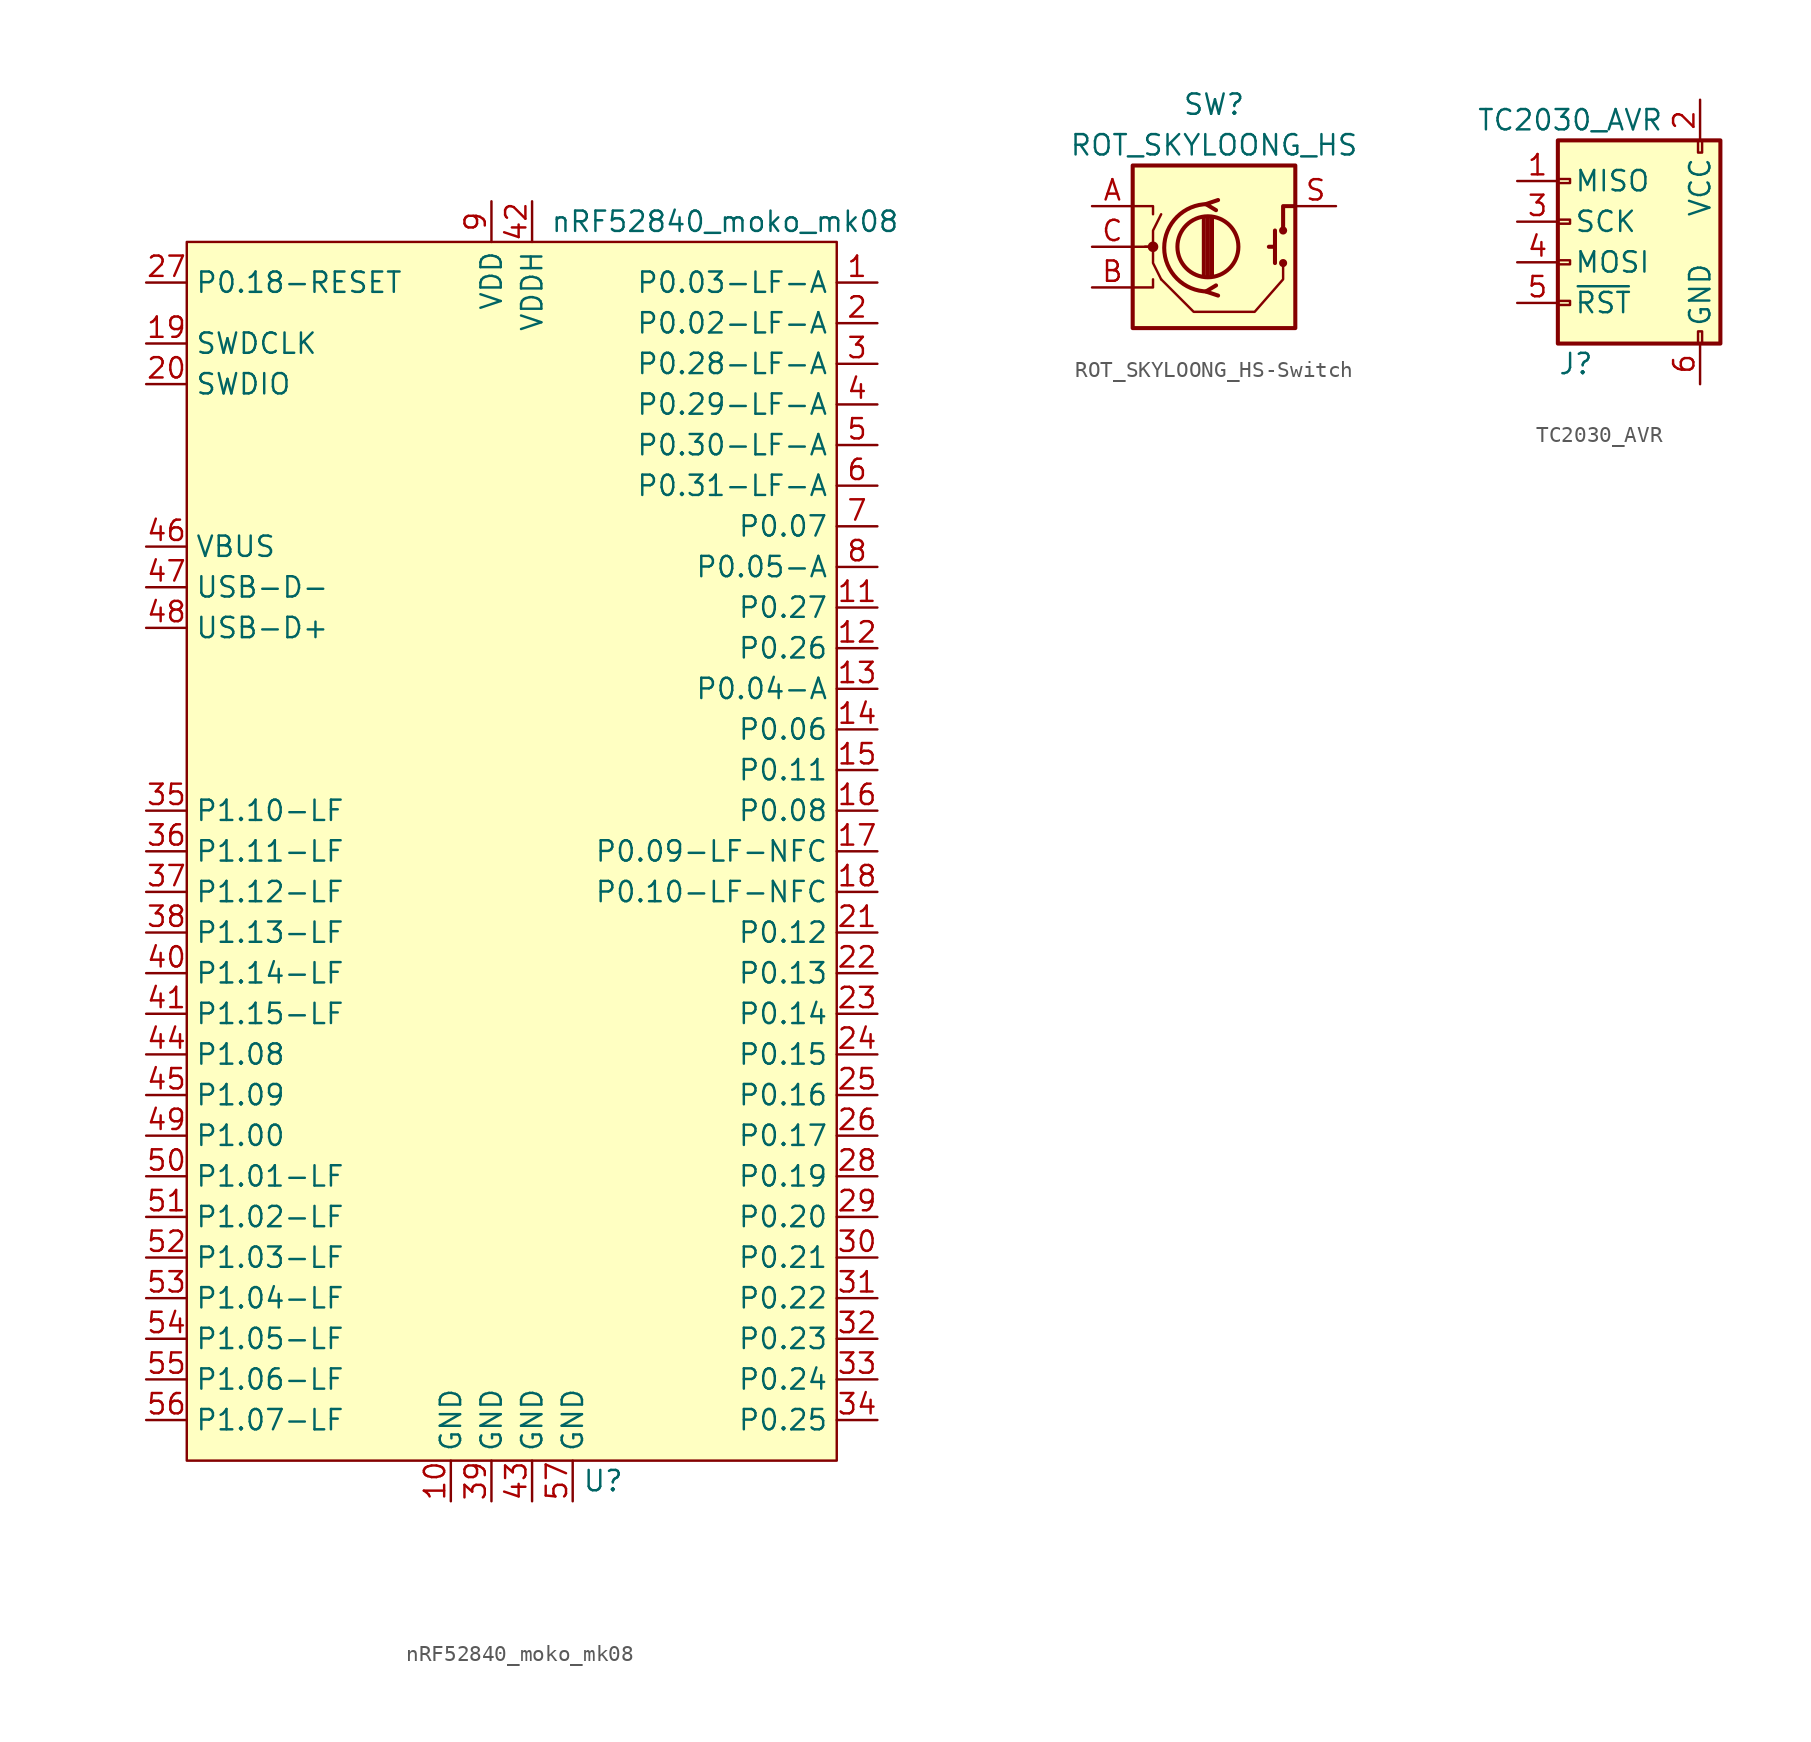
<source format=kicad_sym>
(kicad_symbol_lib
  (version 20220914)
  (generator kicad_symbol_editor)
  (symbol "nRF52840_moko_mk08"
    (property "Reference" "U"
      (at 5.715 -39.37 0)
      (effects (font (size 1.27 1.27))))
    (property "Value" "nRF52840_moko_mk08"
      (at 13.335 39.37 0)
      (effects (font (size 1.27 1.27))))
    (symbol "nRF52840_moko_mk08_0_0"
      (pin bidirectional line (at 22.86 35.56 180) (length 2.54) (name "P0.03-LF-A" (effects (font (size 1.27 1.27)))) (number "1" (effects (font (size 1.27 1.27)))))
      (pin power_in line (at -3.81 -40.64 90) (length 2.54) (name "GND" (effects (font (size 1.27 1.27)))) (number "10" (effects (font (size 1.27 1.27)))))
      (pin bidirectional line (at 22.86 15.24 180) (length 2.54) (name "P0.27" (effects (font (size 1.27 1.27)))) (number "11" (effects (font (size 1.27 1.27)))))
      (pin bidirectional line (at 22.86 12.7 180) (length 2.54) (name "P0.26" (effects (font (size 1.27 1.27)))) (number "12" (effects (font (size 1.27 1.27)))))
      (pin bidirectional line (at 22.86 10.16 180) (length 2.54) (name "P0.04-A" (effects (font (size 1.27 1.27)))) (number "13" (effects (font (size 1.27 1.27)))))
      (pin bidirectional line (at 22.86 7.62 180) (length 2.54) (name "P0.06" (effects (font (size 1.27 1.27)))) (number "14" (effects (font (size 1.27 1.27)))))
      (pin bidirectional line (at 22.86 5.08 180) (length 2.54) (name "P0.11" (effects (font (size 1.27 1.27)))) (number "15" (effects (font (size 1.27 1.27)))))
      (pin bidirectional line (at 22.86 2.54 180) (length 2.54) (name "P0.08" (effects (font (size 1.27 1.27)))) (number "16" (effects (font (size 1.27 1.27)))))
      (pin bidirectional line (at 22.86 0 180) (length 2.54) (name "P0.09-LF-NFC" (effects (font (size 1.27 1.27)))) (number "17" (effects (font (size 1.27 1.27)))))
      (pin bidirectional line (at 22.86 -2.54 180) (length 2.54) (name "P0.10-LF-NFC" (effects (font (size 1.27 1.27)))) (number "18" (effects (font (size 1.27 1.27)))))
      (pin bidirectional line (at -22.86 31.75 0) (length 2.54) (name "SWDCLK" (effects (font (size 1.27 1.27)))) (number "19" (effects (font (size 1.27 1.27)))))
      (pin bidirectional line (at 22.86 33.02 180) (length 2.54) (name "P0.02-LF-A" (effects (font (size 1.27 1.27)))) (number "2" (effects (font (size 1.27 1.27)))))
      (pin bidirectional line (at -22.86 29.21 0) (length 2.54) (name "SWDIO" (effects (font (size 1.27 1.27)))) (number "20" (effects (font (size 1.27 1.27)))))
      (pin bidirectional line (at 22.86 -5.08 180) (length 2.54) (name "P0.12" (effects (font (size 1.27 1.27)))) (number "21" (effects (font (size 1.27 1.27)))))
      (pin bidirectional line (at 22.86 -7.62 180) (length 2.54) (name "P0.13" (effects (font (size 1.27 1.27)))) (number "22" (effects (font (size 1.27 1.27)))))
      (pin bidirectional line (at 22.86 -10.16 180) (length 2.54) (name "P0.14" (effects (font (size 1.27 1.27)))) (number "23" (effects (font (size 1.27 1.27)))))
      (pin bidirectional line (at 22.86 -12.7 180) (length 2.54) (name "P0.15" (effects (font (size 1.27 1.27)))) (number "24" (effects (font (size 1.27 1.27)))))
      (pin bidirectional line (at 22.86 -15.24 180) (length 2.54) (name "P0.16" (effects (font (size 1.27 1.27)))) (number "25" (effects (font (size 1.27 1.27)))))
      (pin bidirectional line (at 22.86 -17.78 180) (length 2.54) (name "P0.17" (effects (font (size 1.27 1.27)))) (number "26" (effects (font (size 1.27 1.27)))))
      (pin input line (at -22.86 35.56 0) (length 2.54) (name "P0.18-RESET" (effects (font (size 1.27 1.27)))) (number "27" (effects (font (size 1.27 1.27)))))
      (pin bidirectional line (at 22.86 -20.32 180) (length 2.54) (name "P0.19" (effects (font (size 1.27 1.27)))) (number "28" (effects (font (size 1.27 1.27)))))
      (pin bidirectional line (at 22.86 -22.86 180) (length 2.54) (name "P0.20" (effects (font (size 1.27 1.27)))) (number "29" (effects (font (size 1.27 1.27)))))
      (pin bidirectional line (at 22.86 30.48 180) (length 2.54) (name "P0.28-LF-A" (effects (font (size 1.27 1.27)))) (number "3" (effects (font (size 1.27 1.27)))))
      (pin bidirectional line (at 22.86 -25.4 180) (length 2.54) (name "P0.21" (effects (font (size 1.27 1.27)))) (number "30" (effects (font (size 1.27 1.27)))))
      (pin bidirectional line (at 22.86 -27.94 180) (length 2.54) (name "P0.22" (effects (font (size 1.27 1.27)))) (number "31" (effects (font (size 1.27 1.27)))))
      (pin bidirectional line (at 22.86 -30.48 180) (length 2.54) (name "P0.23" (effects (font (size 1.27 1.27)))) (number "32" (effects (font (size 1.27 1.27)))))
      (pin bidirectional line (at 22.86 -33.02 180) (length 2.54) (name "P0.24" (effects (font (size 1.27 1.27)))) (number "33" (effects (font (size 1.27 1.27)))))
      (pin bidirectional line (at 22.86 -35.56 180) (length 2.54) (name "P0.25" (effects (font (size 1.27 1.27)))) (number "34" (effects (font (size 1.27 1.27)))))
      (pin bidirectional line (at -22.86 2.54 0) (length 2.54) (name "P1.10-LF" (effects (font (size 1.27 1.27)))) (number "35" (effects (font (size 1.27 1.27)))))
      (pin bidirectional line (at -22.86 0 0) (length 2.54) (name "P1.11-LF" (effects (font (size 1.27 1.27)))) (number "36" (effects (font (size 1.27 1.27)))))
      (pin bidirectional line (at -22.86 -2.54 0) (length 2.54) (name "P1.12-LF" (effects (font (size 1.27 1.27)))) (number "37" (effects (font (size 1.27 1.27)))))
      (pin bidirectional line (at -22.86 -5.08 0) (length 2.54) (name "P1.13-LF" (effects (font (size 1.27 1.27)))) (number "38" (effects (font (size 1.27 1.27)))))
      (pin power_in line (at -1.27 -40.64 90) (length 2.54) (name "GND" (effects (font (size 1.27 1.27)))) (number "39" (effects (font (size 1.27 1.27)))))
      (pin bidirectional line (at 22.86 27.94 180) (length 2.54) (name "P0.29-LF-A" (effects (font (size 1.27 1.27)))) (number "4" (effects (font (size 1.27 1.27)))))
      (pin bidirectional line (at -22.86 -7.62 0) (length 2.54) (name "P1.14-LF" (effects (font (size 1.27 1.27)))) (number "40" (effects (font (size 1.27 1.27)))))
      (pin bidirectional line (at -22.86 -10.16 0) (length 2.54) (name "P1.15-LF" (effects (font (size 1.27 1.27)))) (number "41" (effects (font (size 1.27 1.27)))))
      (pin power_in line (at 1.27 40.64 270) (length 2.54) (name "VDDH" (effects (font (size 1.27 1.27)))) (number "42" (effects (font (size 1.27 1.27)))))
      (pin power_in line (at 1.27 -40.64 90) (length 2.54) (name "GND" (effects (font (size 1.27 1.27)))) (number "43" (effects (font (size 1.27 1.27)))))
      (pin bidirectional line (at -22.86 -12.7 0) (length 2.54) (name "P1.08" (effects (font (size 1.27 1.27)))) (number "44" (effects (font (size 1.27 1.27)))))
      (pin bidirectional line (at -22.86 -15.24 0) (length 2.54) (name "P1.09" (effects (font (size 1.27 1.27)))) (number "45" (effects (font (size 1.27 1.27)))))
      (pin power_in line (at -22.86 19.05 0) (length 2.54) (name "VBUS" (effects (font (size 1.27 1.27)))) (number "46" (effects (font (size 1.27 1.27)))))
      (pin bidirectional line (at -22.86 16.51 0) (length 2.54) (name "USB-D-" (effects (font (size 1.27 1.27)))) (number "47" (effects (font (size 1.27 1.27)))))
      (pin bidirectional line (at -22.86 13.97 0) (length 2.54) (name "USB-D+" (effects (font (size 1.27 1.27)))) (number "48" (effects (font (size 1.27 1.27)))))
      (pin bidirectional line (at -22.86 -17.78 0) (length 2.54) (name "P1.00" (effects (font (size 1.27 1.27)))) (number "49" (effects (font (size 1.27 1.27)))))
      (pin bidirectional line (at 22.86 25.4 180) (length 2.54) (name "P0.30-LF-A" (effects (font (size 1.27 1.27)))) (number "5" (effects (font (size 1.27 1.27)))))
      (pin bidirectional line (at -22.86 -20.32 0) (length 2.54) (name "P1.01-LF" (effects (font (size 1.27 1.27)))) (number "50" (effects (font (size 1.27 1.27)))))
      (pin bidirectional line (at -22.86 -22.86 0) (length 2.54) (name "P1.02-LF" (effects (font (size 1.27 1.27)))) (number "51" (effects (font (size 1.27 1.27)))))
      (pin bidirectional line (at -22.86 -25.4 0) (length 2.54) (name "P1.03-LF" (effects (font (size 1.27 1.27)))) (number "52" (effects (font (size 1.27 1.27)))))
      (pin bidirectional line (at -22.86 -27.94 0) (length 2.54) (name "P1.04-LF" (effects (font (size 1.27 1.27)))) (number "53" (effects (font (size 1.27 1.27)))))
      (pin bidirectional line (at -22.86 -30.48 0) (length 2.54) (name "P1.05-LF" (effects (font (size 1.27 1.27)))) (number "54" (effects (font (size 1.27 1.27)))))
      (pin bidirectional line (at -22.86 -33.02 0) (length 2.54) (name "P1.06-LF" (effects (font (size 1.27 1.27)))) (number "55" (effects (font (size 1.27 1.27)))))
      (pin bidirectional line (at -22.86 -35.56 0) (length 2.54) (name "P1.07-LF" (effects (font (size 1.27 1.27)))) (number "56" (effects (font (size 1.27 1.27)))))
      (pin power_in line (at 3.81 -40.64 90) (length 2.54) (name "GND" (effects (font (size 1.27 1.27)))) (number "57" (effects (font (size 1.27 1.27)))))
      (pin bidirectional line (at 22.86 22.86 180) (length 2.54) (name "P0.31-LF-A" (effects (font (size 1.27 1.27)))) (number "6" (effects (font (size 1.27 1.27)))))
      (pin bidirectional line (at 22.86 20.32 180) (length 2.54) (name "P0.07" (effects (font (size 1.27 1.27)))) (number "7" (effects (font (size 1.27 1.27)))))
      (pin bidirectional line (at 22.86 17.78 180) (length 2.54) (name "P0.05-A" (effects (font (size 1.27 1.27)))) (number "8" (effects (font (size 1.27 1.27)))))
      (pin power_in line (at -1.27 40.64 270) (length 2.54) (name "VDD" (effects (font (size 1.27 1.27)))) (number "9" (effects (font (size 1.27 1.27))))))
    (symbol "nRF52840_moko_mk08_0_1"
      (rectangle (start -20.32 38.1) (end 20.32 -38.1) (stroke (width 0.152) (type default)) (fill (type background)))))
  (symbol "ROT_SKYLOONG_HS-Switch"
    (pin_names hide)
    (property "Reference" "SW"
      (at 0 8.89 0)
      (effects (font (size 1.27 1.27))))
    (property "Value" "ROT_SKYLOONG_HS"
      (at 0 6.35 0)
      (effects (font (size 1.27 1.27))))
    (symbol "ROT_SKYLOONG_HS-Switch_0_1"
      (rectangle (start -5.08 5.08) (end 5.08 -5.08) (stroke (width 0.254) (type default)) (fill (type background)))
      (circle (center -3.81 0) (radius 0.254) (stroke (width 0) (type default)) (fill (type outline)))
      (circle (center -0.381 0) (radius 1.905) (stroke (width 0.254) (type default)) (fill (type none)))
      (arc (start -0.381 2.667) (mid -3.0988 -0.0635) (end -0.381 -2.794) (stroke (width 0.254) (type default)) (fill (type none)))
      (polyline (pts (xy -0.635 -1.778) (xy -0.635 1.778)) (stroke (width 0.254) (type default)) (fill (type none)))
      (polyline (pts (xy -0.381 -1.778) (xy -0.381 1.778)) (stroke (width 0.254) (type default)) (fill (type none)))
      (polyline (pts (xy -0.127 1.778) (xy -0.127 -1.778)) (stroke (width 0.254) (type default)) (fill (type none)))
      (polyline (pts (xy 3.81 0) (xy 3.429 0)) (stroke (width 0.254) (type default)) (fill (type none)))
      (polyline (pts (xy 3.81 1.016) (xy 3.81 -1.016)) (stroke (width 0.254) (type default)) (fill (type none)))
      (polyline (pts (xy -5.08 -2.54) (xy -3.81 -2.54) (xy -3.81 -2.032)) (stroke (width 0) (type default)) (fill (type none)))
      (polyline (pts (xy -5.08 2.54) (xy -3.81 2.54) (xy -3.81 2.032)) (stroke (width 0) (type default)) (fill (type none)))
      (polyline (pts (xy 0.254 -3.048) (xy -0.508 -2.794) (xy 0.127 -2.413)) (stroke (width 0.254) (type default)) (fill (type none)))
      (polyline (pts (xy 0.254 2.921) (xy -0.508 2.667) (xy 0.127 2.286)) (stroke (width 0.254) (type default)) (fill (type none)))
      (polyline (pts (xy 5.08 2.54) (xy 4.318 2.54) (xy 4.318 1.016)) (stroke (width 0.254) (type default)) (fill (type none)))
      (polyline (pts (xy -5.08 0) (xy -3.81 0) (xy -3.81 -1.016) (xy -3.302 -2.032)) (stroke (width 0) (type default)) (fill (type none)))
      (polyline (pts (xy -4.318 0) (xy -3.81 0) (xy -3.81 1.016) (xy -3.302 2.032)) (stroke (width 0) (type default)) (fill (type none)))
      (polyline (pts (xy -3.302 -2.032) (xy -1.27 -4.064) (xy 2.54 -4.064) (xy 4.318 -2.032) (xy 4.318 -1.016)) (stroke (width 0) (type default)) (fill (type none)))
      (circle (center 4.318 -1.016) (radius 0.127) (stroke (width 0.254) (type default)) (fill (type none)))
      (circle (center 4.318 1.016) (radius 0.127) (stroke (width 0.254) (type default)) (fill (type none))))
    (symbol "ROT_SKYLOONG_HS-Switch_1_1"
      (pin passive line (at -7.62 2.54 0) (length 2.54) (name "A" (effects (font (size 1.27 1.27)))) (number "A" (effects (font (size 1.27 1.27)))))
      (pin passive line (at -7.62 -2.54 0) (length 2.54) (name "B" (effects (font (size 1.27 1.27)))) (number "B" (effects (font (size 1.27 1.27)))))
      (pin passive line (at -7.62 0 0) (length 2.54) (name "C" (effects (font (size 1.27 1.27)))) (number "C" (effects (font (size 1.27 1.27)))))
      (pin passive line (at 7.62 2.54 180) (length 2.54) (name "S" (effects (font (size 1.27 1.27)))) (number "S" (effects (font (size 1.27 1.27)))))))
  (symbol "TC2030_AVR"
    (pin_names
      (offset 1.016))
    (property "Reference" "J"
      (at -3.81 -6.35 0)
      (effects (font (size 1.27 1.27)) (justify left)))
    (property "Value" "TC2030_AVR"
      (at -8.89 8.89 0)
      (effects (font (size 1.27 1.27)) (justify left)))
    (symbol "TC2030_AVR_0_1"
      (rectangle (start -3.81 7.62) (end 6.35 -5.08) (stroke (width 0.254) (type default)) (fill (type background)))
      (rectangle (start -3.048 -2.667) (end -3.81 -2.413) (stroke (width 0) (type default)) (fill (type none)))
      (rectangle (start -3.048 -0.127) (end -3.81 0.127) (stroke (width 0) (type default)) (fill (type none)))
      (rectangle (start -3.048 2.413) (end -3.81 2.667) (stroke (width 0) (type default)) (fill (type none)))
      (rectangle (start -3.048 4.953) (end -3.81 5.207) (stroke (width 0) (type default)) (fill (type none)))
      (rectangle (start 4.953 -5.08) (end 5.207 -4.318) (stroke (width 0) (type default)) (fill (type none)))
      (rectangle (start 4.953 6.858) (end 5.207 7.62) (stroke (width 0) (type default)) (fill (type none))))
    (symbol "TC2030_AVR_1_1"
      (pin passive line (at -6.35 5.08 0) (length 2.54) (name "MISO" (effects (font (size 1.27 1.27)))) (number "1" (effects (font (size 1.27 1.27)))))
      (pin passive line (at 5.08 10.16 270) (length 2.54) (name "VCC" (effects (font (size 1.27 1.27)))) (number "2" (effects (font (size 1.27 1.27)))))
      (pin passive line (at -6.35 2.54 0) (length 2.54) (name "SCK" (effects (font (size 1.27 1.27)))) (number "3" (effects (font (size 1.27 1.27)))))
      (pin passive line (at -6.35 0 0) (length 2.54) (name "MOSI" (effects (font (size 1.27 1.27)))) (number "4" (effects (font (size 1.27 1.27)))))
      (pin passive line (at -6.35 -2.54 0) (length 2.54) (name "~{RST}" (effects (font (size 1.27 1.27)))) (number "5" (effects (font (size 1.27 1.27)))))
      (pin passive line (at 5.08 -7.62 90) (length 2.54) (name "GND" (effects (font (size 1.27 1.27)))) (number "6" (effects (font (size 1.27 1.27))))))))
</source>
